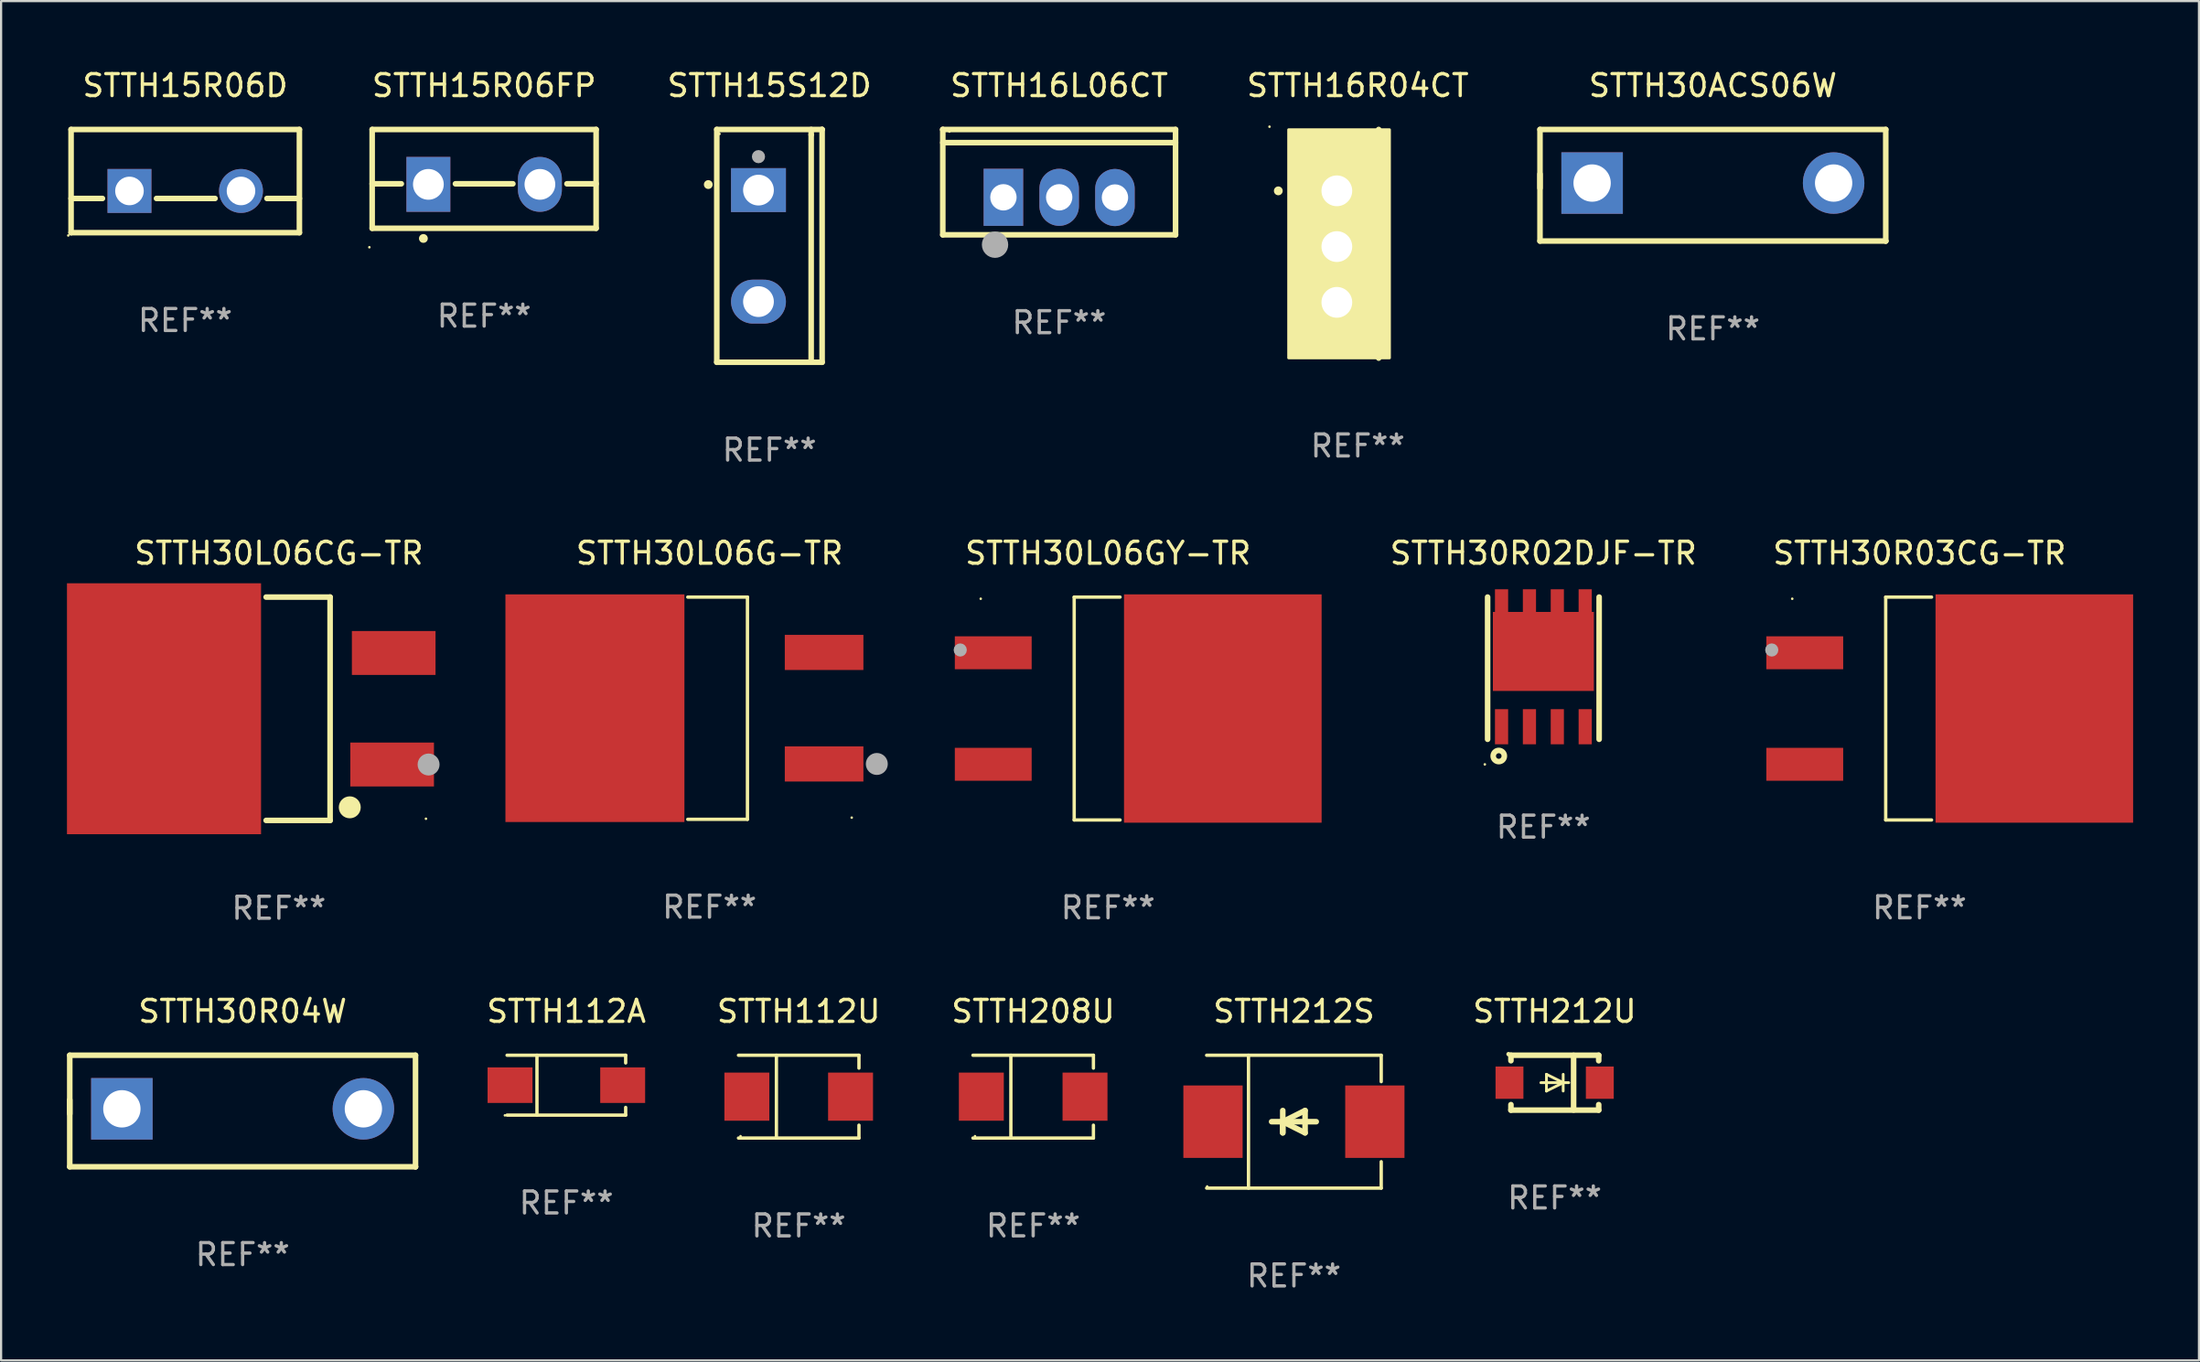
<source format=kicad_pcb>
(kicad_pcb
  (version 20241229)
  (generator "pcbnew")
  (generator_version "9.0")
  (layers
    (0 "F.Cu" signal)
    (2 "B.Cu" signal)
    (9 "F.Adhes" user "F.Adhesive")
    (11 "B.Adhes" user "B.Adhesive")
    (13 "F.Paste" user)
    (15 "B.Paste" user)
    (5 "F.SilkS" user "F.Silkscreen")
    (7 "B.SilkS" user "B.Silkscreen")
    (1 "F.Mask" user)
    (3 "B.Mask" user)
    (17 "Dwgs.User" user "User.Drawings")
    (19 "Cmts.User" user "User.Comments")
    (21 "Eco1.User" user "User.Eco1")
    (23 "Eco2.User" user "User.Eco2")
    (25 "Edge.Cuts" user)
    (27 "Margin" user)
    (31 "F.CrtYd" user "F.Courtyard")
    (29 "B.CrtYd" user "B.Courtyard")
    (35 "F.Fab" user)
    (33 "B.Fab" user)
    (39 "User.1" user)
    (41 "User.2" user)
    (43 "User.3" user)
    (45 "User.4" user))
  (footprint "STTH16L06CT"
    (layer "F.Cu")
    (at 45.192 5.247)
    (property "Reference" "STTH16L06CT" (at 0 -4.399 0) (layer "F.SilkS") (effects (font (size 1 1) (thickness 0.15))))
    (attr through_hole)
    (fp_line (start -5.301 -2.399) (end 5.301 -2.399) (stroke (width 0.254) (type solid)) (layer "F.SilkS"))
    (fp_line (start -5.301 -2.394) (end -5.301 -2.399) (stroke (width 0.254) (type solid)) (layer "F.SilkS"))
    (fp_line (start -5.301 2.399) (end -5.301 -2.394) (stroke (width 0.254) (type solid)) (layer "F.SilkS"))
    (fp_line (start 5.3 -1.8) (end -5.3 -1.8) (stroke (width 0.254) (type solid)) (layer "F.SilkS"))
    (fp_line (start 5.301 -2.399) (end 5.301 2.399) (stroke (width 0.254) (type solid)) (layer "F.SilkS"))
    (fp_line (start 5.301 2.399) (end -5.301 2.399) (stroke (width 0.254) (type solid)) (layer "F.SilkS"))
    (fp_arc (start -2.769977 3.025032) (mid -2.768707 3.025028) (end -2.767437 3.025032) (stroke (width 0.4) (type solid)) (layer "F.SilkS"))
    (fp_circle (center -5 -2.305) (end -4.97 -2.305) (stroke (width 0.06) (type solid)) (fill no) (layer "F.SilkS"))
    (fp_circle (center -2.921 2.849) (end -2.621 2.849) (stroke (width 0.6) (type solid)) (fill no) (layer "F.Fab"))
    (fp_text user "REF**" (at 0 6.399 0) (layer "F.Fab") (effects (font (size 1 1) (thickness 0.15))))
    (pad "1" thru_hole rect (at -2.54 0.69) (size 1.8 2.6) (drill 1.2) (layers "*.Cu" "*.Mask"))
    (pad "2" thru_hole oval (at 0 0.69) (size 1.8 2.6) (drill 1.2) (layers "*.Cu" "*.Mask"))
    (pad "3" thru_hole oval (at 2.54 0.7) (size 1.8 2.6) (drill 1.2) (layers "*.Cu" "*.Mask")))
  (footprint "STTH16R04CT"
    (layer "F.Cu")
    (at 58.792 8.055)
    (property "Reference" "STTH16R04CT" (at 0 -7.207 0) (layer "F.SilkS") (effects (font (size 1 1) (thickness 0.15))))
    (attr through_hole)
    (fp_line (start 0.953 5.207) (end 0.953 -5.207) (stroke (width 0.254) (type solid)) (layer "F.SilkS"))
    (fp_arc (start -3.619507 -2.410465) (mid -3.619511 -2.411735) (end -3.619507 -2.413005) (stroke (width 0.4) (type solid)) (layer "F.SilkS"))
    (fp_circle (center -4.02 -5.334) (end -3.99 -5.334) (stroke (width 0.06) (type solid)) (fill no) (layer "F.SilkS"))
    (fp_poly (pts (xy -3.152 -5.2) (xy 1.448 -5.2) (xy 1.448 5.2) (xy -3.152 5.2)) (stroke (width 0.12) (type solid)) (fill yes) (layer "F.SilkS"))
    (fp_text user "REF**" (at 0 9.207 0) (layer "F.Fab") (effects (font (size 1 1) (thickness 0.15))))
    (pad "1" thru_hole rect (at -0.953 -2.413 270) (size 2 2.5) (drill 1.4) (layers "*.Cu" "*.Mask"))
    (pad "2" thru_hole oval (at -0.953 0.127 270) (size 2 2.5) (drill 1.4) (layers "*.Cu" "*.Mask"))
    (pad "3" thru_hole oval (at -0.953 2.667 270) (size 2 2.5) (drill 1.4) (layers "*.Cu" "*.Mask")))
  (footprint "STTH30L06CG-TR"
    (layer "F.Cu")
    (at 9.651 29.233)
    (property "Reference" "STTH30L06CG-TR" (at 0 -7.086 0) (layer "F.SilkS") (effects (font (size 1 1) (thickness 0.15))))
    (attr through_hole)
    (fp_line (start 2.334 -5.086) (end -0.58 -5.086) (stroke (width 0.254) (type solid)) (layer "F.SilkS"))
    (fp_line (start 2.334 -5.086) (end 2.334 5.086) (stroke (width 0.254) (type solid)) (layer "F.SilkS"))
    (fp_line (start 2.334 5.086) (end -0.58 5.086) (stroke (width 0.254) (type solid)) (layer "F.SilkS"))
    (fp_circle (center 3.23 4.49) (end 3.48 4.49) (stroke (width 0.5) (type solid)) (fill no) (layer "F.SilkS"))
    (fp_circle (center 6.7 5.01) (end 6.73 5.01) (stroke (width 0.06) (type solid)) (fill no) (layer "F.SilkS"))
    (fp_circle (center 6.82 2.54) (end 7.07 2.54) (stroke (width 0.5) (type solid)) (fill no) (layer "F.Fab"))
    (fp_text user "REF**" (at 0 9.086 0) (layer "F.Fab") (effects (font (size 1 1) (thickness 0.15))))
    (pad "1" smd rect (at 5.16 2.54) (size 3.81 2) (layers "F.Cu" "F.Mask" "F.Paste"))
    (pad "3" smd rect (at 5.231 -2.54) (size 3.81 2) (layers "F.Cu" "F.Mask" "F.Paste"))
    (pad "4" smd rect (at -5.231 0) (size 8.84 11.43) (layers "F.Cu" "F.Mask" "F.Paste")))
  (footprint "STTH30L06GY-TR"
    (layer "F.Cu")
    (at 47.417 29.223)
    (property "Reference" "STTH30L06GY-TR" (at 0 -7.076 0) (layer "F.SilkS") (effects (font (size 1 1) (thickness 0.15))))
    (attr through_hole)
    (fp_line (start -1.541 -5.076) (end -1.541 5.076) (stroke (width 0.152) (type solid)) (layer "F.SilkS"))
    (fp_line (start -1.541 -5.076) (end 0.548 -5.076) (stroke (width 0.152) (type solid)) (layer "F.SilkS"))
    (fp_line (start -1.541 5.076) (end 0.548 5.076) (stroke (width 0.152) (type solid)) (layer "F.SilkS"))
    (fp_circle (center -5.798 -5) (end -5.768 -5) (stroke (width 0.06) (type solid)) (fill no) (layer "F.SilkS"))
    (fp_circle (center -6.731 -2.667) (end -6.581 -2.667) (stroke (width 0.3) (type solid)) (fill no) (layer "F.Fab"))
    (fp_text user "REF**" (at 0 9.076 0) (layer "F.Fab") (effects (font (size 1 1) (thickness 0.15))))
    (pad "1" smd rect (at -5.228 -2.54) (size 3.5 1.5) (layers "F.Cu" "F.Mask" "F.Paste"))
    (pad "2" smd rect (at 5.228 0) (size 9 10.4) (layers "F.Cu" "F.Mask" "F.Paste"))
    (pad "3" smd rect (at -5.228 2.54) (size 3.5 1.5) (layers "F.Cu" "F.Mask" "F.Paste")))
  (footprint "STTH112A"
    (layer "F.Cu")
    (at 22.746 46.379)
    (property "Reference" "STTH112A" (at 0 -3.364 0) (layer "F.SilkS") (effects (font (size 1 1) (thickness 0.15))))
    (attr through_hole)
    (fp_line (start -2.701 -1.364) (end 2.701 -1.364) (stroke (width 0.152) (type solid)) (layer "F.SilkS"))
    (fp_line (start -2.701 1.364) (end 2.701 1.364) (stroke (width 0.152) (type solid)) (layer "F.SilkS"))
    (fp_line (start -1.339 -1.364) (end -1.339 1.364) (stroke (width 0.152) (type solid)) (layer "F.SilkS"))
    (fp_line (start 2.701 -1.364) (end 2.701 -1.013) (stroke (width 0.152) (type solid)) (layer "F.SilkS"))
    (fp_line (start 2.701 1.364) (end 2.701 1.013) (stroke (width 0.152) (type solid)) (layer "F.SilkS"))
    (fp_circle (center -2.8 1.375) (end -2.77 1.375) (stroke (width 0.06) (type solid)) (fill no) (layer "F.SilkS"))
    (fp_text user "REF**" (at 0 5.364 0) (layer "F.Fab") (effects (font (size 1 1) (thickness 0.15))))
    (pad "1" smd rect (at -2.565 -0.000025) (size 2.046 1.62) (layers "F.Cu" "F.Mask" "F.Paste"))
    (pad "2" smd rect (at 2.565 -0.000025) (size 2.046 1.62) (layers "F.Cu" "F.Mask" "F.Paste")))
  (footprint "STTH15R06D"
    (layer "F.Cu")
    (at 5.387 5.198)
    (property "Reference" "STTH15R06D" (at 0 -4.35 0) (layer "F.SilkS") (effects (font (size 1 1) (thickness 0.15))))
    (attr through_hole)
    (fp_line (start -5.2 -2.35) (end -5.2 2.35) (stroke (width 0.254) (type solid)) (layer "F.SilkS"))
    (fp_line (start -5.2 -2.35) (end 5.2 -2.35) (stroke (width 0.254) (type solid)) (layer "F.SilkS"))
    (fp_line (start -5.2 0.792) (end -3.771 0.792) (stroke (width 0.254) (type solid)) (layer "F.SilkS"))
    (fp_line (start -5.2 2.35) (end 5.2 2.35) (stroke (width 0.254) (type solid)) (layer "F.SilkS"))
    (fp_line (start -1.309 0.792) (end 1.357 0.792) (stroke (width 0.254) (type solid)) (layer "F.SilkS"))
    (fp_line (start 3.723 0.792) (end 5.2 0.792) (stroke (width 0.254) (type solid)) (layer "F.SilkS"))
    (fp_line (start 5.2 -2.35) (end 5.2 2.35) (stroke (width 0.254) (type solid)) (layer "F.SilkS"))
    (fp_circle (center -5.327 2.477) (end -5.297 2.477) (stroke (width 0.06) (type solid)) (fill no) (layer "F.SilkS"))
    (fp_text user "REF**" (at 0 6.35 0) (layer "F.Fab") (effects (font (size 1 1) (thickness 0.15))))
    (pad "1" thru_hole rect (at -2.54 0.45) (size 2 2) (drill 1.3) (layers "*.Cu" "*.Mask"))
    (pad "2" thru_hole circle (at 2.54 0.45) (size 2 2) (drill 1.3) (layers "*.Cu" "*.Mask")))
  (footprint "STTH30R04W"
    (layer "F.Cu")
    (at 8.001 47.556)
    (property "Reference" "STTH30R04W" (at 0 -4.54 0) (layer "F.SilkS") (effects (font (size 1 1) (thickness 0.15))))
    (attr through_hole)
    (fp_line (start -7.874 -2.54) (end -7.874 0.127) (stroke (width 0.254) (type solid)) (layer "F.SilkS"))
    (fp_line (start -7.874 -0.508) (end -7.874 2.54) (stroke (width 0.254) (type solid)) (layer "F.SilkS"))
    (fp_line (start -7.874 2.54) (end 7.874 2.54) (stroke (width 0.254) (type solid)) (layer "F.SilkS"))
    (fp_line (start 7.874 -2.54) (end -7.874 -2.54) (stroke (width 0.254) (type solid)) (layer "F.SilkS"))
    (fp_line (start 7.874 2.54) (end 7.874 -2.54) (stroke (width 0.254) (type solid)) (layer "F.SilkS"))
    (fp_line (start 7.874 2.54) (end 7.874 2.54) (stroke (width 0.254) (type solid)) (layer "F.SilkS"))
    (fp_circle (center -7.8 2.5) (end -7.77 2.5) (stroke (width 0.06) (type solid)) (fill no) (layer "F.SilkS"))
    (fp_text user "REF**" (at 0 6.54 0) (layer "F.Fab") (effects (font (size 1 1) (thickness 0.15))))
    (pad "1" thru_hole rect (at -5.5 -0.1) (size 2.8 2.8) (drill 1.7) (layers "*.Cu" "*.Mask"))
    (pad "2" thru_hole circle (at 5.5 -0.1) (size 2.8 2.8) (drill 1.7) (layers "*.Cu" "*.Mask")))
  (footprint "STTH30L06G-TR"
    (layer "F.Cu")
    (at 29.266 29.208)
    (property "Reference" "STTH30L06G-TR" (at 0 -7.061 0) (layer "F.SilkS") (effects (font (size 1 1) (thickness 0.15))))
    (attr through_hole)
    (fp_line (start -0.991 -5.061) (end 1.728 -5.061) (stroke (width 0.152) (type solid)) (layer "F.SilkS"))
    (fp_line (start -0.991 5.061) (end 1.728 5.061) (stroke (width 0.152) (type solid)) (layer "F.SilkS"))
    (fp_line (start 1.728 5.061) (end 1.728 -5.061) (stroke (width 0.152) (type solid)) (layer "F.SilkS"))
    (fp_circle (center 6.477 4.985) (end 6.507 4.985) (stroke (width 0.06) (type solid)) (fill no) (layer "F.SilkS"))
    (fp_circle (center 7.62 2.54) (end 7.87 2.54) (stroke (width 0.5) (type solid)) (fill no) (layer "F.Fab"))
    (fp_text user "REF**" (at 0 9.061 0) (layer "F.Fab") (effects (font (size 1 1) (thickness 0.15))))
    (pad "1" smd rect (at 5.219 2.54) (size 3.581 1.6) (layers "F.Cu" "F.Mask" "F.Paste"))
    (pad "3" smd rect (at 5.219 -2.54) (size 3.581 1.6) (layers "F.Cu" "F.Mask" "F.Paste"))
    (pad "4" smd rect (at -5.219 0) (size 8.153 10.369) (layers "F.Cu" "F.Mask" "F.Paste")))
  (footprint "STTH30ACS06W"
    (layer "F.Cu")
    (at 74.966 5.388)
    (property "Reference" "STTH30ACS06W" (at 0 -4.54 0) (layer "F.SilkS") (effects (font (size 1 1) (thickness 0.15))))
    (attr through_hole)
    (fp_line (start -7.874 -2.54) (end -7.874 0.127) (stroke (width 0.254) (type solid)) (layer "F.SilkS"))
    (fp_line (start -7.874 -0.508) (end -7.874 2.54) (stroke (width 0.254) (type solid)) (layer "F.SilkS"))
    (fp_line (start -7.874 2.54) (end 7.874 2.54) (stroke (width 0.254) (type solid)) (layer "F.SilkS"))
    (fp_line (start 7.874 -2.54) (end -7.874 -2.54) (stroke (width 0.254) (type solid)) (layer "F.SilkS"))
    (fp_line (start 7.874 2.54) (end 7.874 -2.54) (stroke (width 0.254) (type solid)) (layer "F.SilkS"))
    (fp_line (start 7.874 2.54) (end 7.874 2.54) (stroke (width 0.254) (type solid)) (layer "F.SilkS"))
    (fp_circle (center -7.8 2.5) (end -7.77 2.5) (stroke (width 0.06) (type solid)) (fill no) (layer "F.SilkS"))
    (fp_text user "REF**" (at 0 6.54 0) (layer "F.Fab") (effects (font (size 1 1) (thickness 0.15))))
    (pad "1" thru_hole rect (at -5.5 -0.1) (size 2.8 2.8) (drill 1.7) (layers "*.Cu" "*.Mask"))
    (pad "2" thru_hole circle (at 5.5 -0.1) (size 2.8 2.8) (drill 1.7) (layers "*.Cu" "*.Mask")))
  (footprint "STTH112U"
    (layer "F.Cu")
    (at 33.329 46.902)
    (property "Reference" "STTH112U" (at 0 -3.886 0) (layer "F.SilkS") (effects (font (size 1 1) (thickness 0.15))))
    (attr through_hole)
    (fp_line (start -2.744 -1.886) (end 2.744 -1.886) (stroke (width 0.152) (type solid)) (layer "F.SilkS"))
    (fp_line (start -2.744 1.886) (end 2.744 1.886) (stroke (width 0.152) (type solid)) (layer "F.SilkS"))
    (fp_line (start -1.016 -1.886) (end -1.016 1.886) (stroke (width 0.152) (type solid)) (layer "F.SilkS"))
    (fp_line (start 2.744 -1.886) (end 2.744 -1.299) (stroke (width 0.152) (type solid)) (layer "F.SilkS"))
    (fp_line (start 2.744 1.886) (end 2.744 1.299) (stroke (width 0.152) (type solid)) (layer "F.SilkS"))
    (fp_circle (center -2.65 1.8) (end -2.62 1.8) (stroke (width 0.06) (type solid)) (fill no) (layer "F.SilkS"))
    (fp_text user "REF**" (at 0 5.886 0) (layer "F.Fab") (effects (font (size 1 1) (thickness 0.15))))
    (pad "1" smd rect (at -2.361 0) (size 2.047 2.192) (layers "F.Cu" "F.Mask" "F.Paste"))
    (pad "2" smd rect (at 2.361 0) (size 2.047 2.192) (layers "F.Cu" "F.Mask" "F.Paste")))
  (footprint "STTH208U"
    (layer "F.Cu")
    (at 44.008 46.902)
    (property "Reference" "STTH208U" (at 0 -3.886 0) (layer "F.SilkS") (effects (font (size 1 1) (thickness 0.15))))
    (attr through_hole)
    (fp_line (start -2.744 -1.886) (end 2.744 -1.886) (stroke (width 0.152) (type solid)) (layer "F.SilkS"))
    (fp_line (start -2.744 1.886) (end 2.744 1.886) (stroke (width 0.152) (type solid)) (layer "F.SilkS"))
    (fp_line (start -1.016 -1.886) (end -1.016 1.886) (stroke (width 0.152) (type solid)) (layer "F.SilkS"))
    (fp_line (start 2.744 -1.886) (end 2.744 -1.299) (stroke (width 0.152) (type solid)) (layer "F.SilkS"))
    (fp_line (start 2.744 1.886) (end 2.744 1.299) (stroke (width 0.152) (type solid)) (layer "F.SilkS"))
    (fp_circle (center -2.65 1.8) (end -2.62 1.8) (stroke (width 0.06) (type solid)) (fill no) (layer "F.SilkS"))
    (fp_text user "REF**" (at 0 5.886 0) (layer "F.Fab") (effects (font (size 1 1) (thickness 0.15))))
    (pad "1" smd rect (at -2.361 0) (size 2.047 2.192) (layers "F.Cu" "F.Mask" "F.Paste"))
    (pad "2" smd rect (at 2.361 0) (size 2.047 2.192) (layers "F.Cu" "F.Mask" "F.Paste")))
  (footprint "STTH212S"
    (layer "F.Cu")
    (at 55.884 48.042)
    (property "Reference" "STTH212S" (at 0 -5.026 0) (layer "F.SilkS") (effects (font (size 1 1) (thickness 0.15))))
    (attr through_hole)
    (fp_line (start -3.976 -3.026) (end 3.976 -3.026) (stroke (width 0.152) (type solid)) (layer "F.SilkS"))
    (fp_line (start -3.976 3.026) (end 3.976 3.026) (stroke (width 0.152) (type solid)) (layer "F.SilkS"))
    (fp_line (start -2.069 -3.026) (end -2.069 3.026) (stroke (width 0.152) (type solid)) (layer "F.SilkS"))
    (fp_line (start -0.508 0) (end -0.508 0.508) (stroke (width 0.254) (type solid)) (layer "F.SilkS"))
    (fp_line (start -0.508 0) (end 0.508 0.508) (stroke (width 0.254) (type solid)) (layer "F.SilkS"))
    (fp_line (start -0.508 0.508) (end -0.508 -0.508) (stroke (width 0.254) (type solid)) (layer "F.SilkS"))
    (fp_line (start 0.508 -0.508) (end -0.508 0) (stroke (width 0.254) (type solid)) (layer "F.SilkS"))
    (fp_line (start 0.508 0.508) (end 0.508 -0.508) (stroke (width 0.254) (type solid)) (layer "F.SilkS"))
    (fp_line (start 1.016 0) (end -1.016 0) (stroke (width 0.254) (type solid)) (layer "F.SilkS"))
    (fp_line (start 3.976 -3.026) (end 3.976 -1.823) (stroke (width 0.152) (type solid)) (layer "F.SilkS"))
    (fp_line (start 3.976 3.026) (end 3.976 1.823) (stroke (width 0.152) (type solid)) (layer "F.SilkS"))
    (fp_circle (center -3.95 2.95) (end -3.92 2.95) (stroke (width 0.06) (type solid)) (fill no) (layer "F.SilkS"))
    (fp_text user "REF**" (at 0 7.026 0) (layer "F.Fab") (effects (font (size 1 1) (thickness 0.15))))
    (pad "1" smd rect (at -3.686 0) (size 2.7 3.3) (layers "F.Cu" "F.Mask" "F.Paste"))
    (pad "2" smd rect (at 3.686 0) (size 2.7 3.3) (layers "F.Cu" "F.Mask" "F.Paste")))
  (footprint "STTH30R02DJF-TR"
    (layer "F.Cu")
    (at 67.246 27.385)
    (property "Reference" "STTH30R02DJF-TR" (at 0 -5.239 0) (layer "F.SilkS") (effects (font (size 1 1) (thickness 0.15))))
    (attr through_hole)
    (fp_line (start -2.54 3.239) (end -2.54 -3.239) (stroke (width 0.254) (type solid)) (layer "F.SilkS"))
    (fp_line (start 2.54 3.239) (end 2.54 -3.239) (stroke (width 0.254) (type solid)) (layer "F.SilkS"))
    (fp_circle (center -2.667 4.382) (end -2.637 4.382) (stroke (width 0.06) (type solid)) (fill no) (layer "F.SilkS"))
    (fp_circle (center -2.032 4.001) (end -1.778 4.001) (stroke (width 0.254) (type solid)) (fill no) (layer "F.SilkS"))
    (fp_text user "REF**" (at 0 7.239 0) (layer "F.Fab") (effects (font (size 1 1) (thickness 0.15))))
    (pad "1" smd rect (at -1.905 2.667 180) (size 0.6 1.6) (layers "F.Cu" "F.Mask" "F.Paste"))
    (pad "1" smd rect (at -0.635 2.667 180) (size 0.6 1.6) (layers "F.Cu" "F.Mask" "F.Paste"))
    (pad "2" smd rect (at 0.635 2.667 180) (size 0.6 1.6) (layers "F.Cu" "F.Mask" "F.Paste"))
    (pad "2" smd rect (at 1.905 2.667 180) (size 0.6 1.6) (layers "F.Cu" "F.Mask" "F.Paste"))
    (pad "3" smd rect (at -1.905 -2.794 180) (size 0.6 1.6) (layers "F.Cu" "F.Mask" "F.Paste"))
    (pad "3" smd rect (at -0.635 -2.794 180) (size 0.6 1.6) (layers "F.Cu" "F.Mask" "F.Paste"))
    (pad "3" smd rect (at 0.635 -2.794 180) (size 0.6 1.6) (layers "F.Cu" "F.Mask" "F.Paste"))
    (pad "3" smd rect (at 1.905 -2.794 180) (size 0.6 1.6) (layers "F.Cu" "F.Mask" "F.Paste"))
    (pad "4" smd rect (at 0.000102 -0.762 180) (size 4.6 3.6) (layers "F.Cu" "F.Mask" "F.Paste")))
  (footprint "STTH15S12D"
    (layer "F.Cu")
    (at 31.996 8.149)
    (property "Reference" "STTH15S12D" (at 0 -7.301 0) (layer "F.SilkS") (effects (font (size 1 1) (thickness 0.15))))
    (attr through_hole)
    (fp_line (start -2.399 -5.301) (end 2.394 -5.301) (stroke (width 0.254) (type solid)) (layer "F.SilkS"))
    (fp_line (start -2.399 5.301) (end -2.399 -5.301) (stroke (width 0.254) (type solid)) (layer "F.SilkS"))
    (fp_line (start 1.9 -5.061) (end 1.9 -5.3) (stroke (width 0.254) (type solid)) (layer "F.SilkS"))
    (fp_line (start 1.9 5.3) (end 1.9 -5.061) (stroke (width 0.254) (type solid)) (layer "F.SilkS"))
    (fp_line (start 2.394 -5.301) (end 2.399 -5.301) (stroke (width 0.254) (type solid)) (layer "F.SilkS"))
    (fp_line (start 2.399 -5.301) (end 2.399 5.301) (stroke (width 0.254) (type solid)) (layer "F.SilkS"))
    (fp_line (start 2.399 5.301) (end -2.399 5.301) (stroke (width 0.254) (type solid)) (layer "F.SilkS"))
    (fp_arc (start -2.786043 -2.791466) (mid -2.786047 -2.792736) (end -2.786043 -2.794006) (stroke (width 0.4) (type solid)) (layer "F.SilkS"))
    (fp_circle (center -2.275 -5.1) (end -2.245 -5.1) (stroke (width 0.06) (type solid)) (fill no) (layer "F.SilkS"))
    (fp_circle (center -0.5 -4.064) (end -0.35 -4.064) (stroke (width 0.3) (type solid)) (fill no) (layer "F.Fab"))
    (fp_text user "REF**" (at 0 9.301 0) (layer "F.Fab") (effects (font (size 1 1) (thickness 0.15))))
    (pad "1" thru_hole rect (at -0.5 -2.54 270) (size 2 2.5) (drill 1.4) (layers "*.Cu" "*.Mask"))
    (pad "3" thru_hole oval (at -0.5 2.54 270) (size 2 2.5) (drill 1.4) (layers "*.Cu" "*.Mask")))
  (footprint "STTH30R03CG-TR"
    (layer "F.Cu")
    (at 84.379 29.223)
    (property "Reference" "STTH30R03CG-TR" (at 0 -7.076 0) (layer "F.SilkS") (effects (font (size 1 1) (thickness 0.15))))
    (attr through_hole)
    (fp_line (start -1.541 -5.076) (end -1.541 5.076) (stroke (width 0.152) (type solid)) (layer "F.SilkS"))
    (fp_line (start -1.541 -5.076) (end 0.548 -5.076) (stroke (width 0.152) (type solid)) (layer "F.SilkS"))
    (fp_line (start -1.541 5.076) (end 0.548 5.076) (stroke (width 0.152) (type solid)) (layer "F.SilkS"))
    (fp_circle (center -5.798 -5) (end -5.768 -5) (stroke (width 0.06) (type solid)) (fill no) (layer "F.SilkS"))
    (fp_circle (center -6.731 -2.667) (end -6.581 -2.667) (stroke (width 0.3) (type solid)) (fill no) (layer "F.Fab"))
    (fp_text user "REF**" (at 0 9.076 0) (layer "F.Fab") (effects (font (size 1 1) (thickness 0.15))))
    (pad "1" smd rect (at -5.228 -2.54) (size 3.5 1.5) (layers "F.Cu" "F.Mask" "F.Paste"))
    (pad "2" smd rect (at 5.228 0) (size 9 10.4) (layers "F.Cu" "F.Mask" "F.Paste"))
    (pad "3" smd rect (at -5.228 2.54) (size 3.5 1.5) (layers "F.Cu" "F.Mask" "F.Paste")))
  (footprint "STTH212U"
    (layer "F.Cu")
    (at 67.759 46.265)
    (property "Reference" "STTH212U" (at 0 -3.25 0) (layer "F.SilkS") (effects (font (size 1 1) (thickness 0.15))))
    (attr through_hole)
    (fp_line (start -1.991 -1.25) (end 2.007 -1.25) (stroke (width 0.254) (type solid)) (layer "F.SilkS"))
    (fp_line (start -1.991 -1) (end -1.991 -1.25) (stroke (width 0.254) (type solid)) (layer "F.SilkS"))
    (fp_line (start -1.991 1.25) (end -1.991 1) (stroke (width 0.254) (type solid)) (layer "F.SilkS"))
    (fp_line (start -0.627 0) (end 0.643 0) (stroke (width 0.127) (type solid)) (layer "F.SilkS"))
    (fp_line (start -0.373 -0.381) (end 0.389 0) (stroke (width 0.127) (type solid)) (layer "F.SilkS"))
    (fp_line (start -0.373 0) (end -0.373 -0.381) (stroke (width 0.127) (type solid)) (layer "F.SilkS"))
    (fp_line (start -0.373 0) (end -0.373 0.381) (stroke (width 0.127) (type solid)) (layer "F.SilkS"))
    (fp_line (start -0.373 0.381) (end 0.389 0) (stroke (width 0.127) (type solid)) (layer "F.SilkS"))
    (fp_line (start 0.389 0) (end 0.389 -0.381) (stroke (width 0.127) (type solid)) (layer "F.SilkS"))
    (fp_line (start 0.389 0) (end 0.389 0.381) (stroke (width 0.127) (type solid)) (layer "F.SilkS"))
    (fp_line (start 0.864 -1.245) (end 0.864 1.245) (stroke (width 0.254) (type solid)) (layer "F.SilkS"))
    (fp_line (start 2.007 -1) (end 2.007 -1.25) (stroke (width 0.254) (type solid)) (layer "F.SilkS"))
    (fp_line (start 2.007 1.25) (end -1.991 1.25) (stroke (width 0.254) (type solid)) (layer "F.SilkS"))
    (fp_line (start 2.007 1.25) (end 2.007 1) (stroke (width 0.254) (type solid)) (layer "F.SilkS"))
    (fp_circle (center -2.1 -1.3) (end -2.05 -1.3) (stroke (width 0.1) (type solid)) (fill no) (layer "F.SilkS"))
    (fp_text user "REF**" (at 0 5.25 0) (layer "F.Fab") (effects (font (size 1 1) (thickness 0.15))))
    (pad "1" smd rect (at -2.057 0) (size 1.27 1.471) (layers "F.Cu" "F.Mask" "F.Paste"))
    (pad "2" smd rect (at 2.057 0) (size 1.27 1.471) (layers "F.Cu" "F.Mask" "F.Paste")))
  (footprint "STTH15R06FP"
    (layer "F.Cu")
    (at 19.001 5.098)
    (property "Reference" "STTH15R06FP" (at 0 -4.25 0) (layer "F.SilkS") (effects (font (size 1 1) (thickness 0.15))))
    (attr through_hole)
    (fp_line (start -5.1 -2.25) (end -5.1 2.25) (stroke (width 0.254) (type solid)) (layer "F.SilkS"))
    (fp_line (start -5.1 0.224) (end -3.772 0.224) (stroke (width 0.254) (type solid)) (layer "F.SilkS"))
    (fp_line (start -5.1 2.25) (end 5.1 2.25) (stroke (width 0.254) (type solid)) (layer "F.SilkS"))
    (fp_line (start -1.308 0.224) (end 1.309 0.224) (stroke (width 0.254) (type solid)) (layer "F.SilkS"))
    (fp_line (start 3.771 0.224) (end 5.1 0.224) (stroke (width 0.254) (type solid)) (layer "F.SilkS"))
    (fp_line (start 5.1 -2.25) (end -5.1 -2.25) (stroke (width 0.254) (type solid)) (layer "F.SilkS"))
    (fp_line (start 5.1 -2.25) (end 5.1 2.25) (stroke (width 0.254) (type solid)) (layer "F.SilkS"))
    (fp_arc (start -2.768606 2.713805) (mid -2.767336 2.713801) (end -2.766066 2.713805) (stroke (width 0.4) (type solid)) (layer "F.SilkS"))
    (fp_circle (center -5.227 3.114) (end -5.197 3.114) (stroke (width 0.06) (type solid)) (fill no) (layer "F.SilkS"))
    (fp_text user "REF**" (at 0 6.25 0) (layer "F.Fab") (effects (font (size 1 1) (thickness 0.15))))
    (pad "1" thru_hole rect (at -2.54 0.25) (size 2 2.5) (drill 1.4) (layers "*.Cu" "*.Mask"))
    (pad "3" thru_hole oval (at 2.54 0.25) (size 2 2.5) (drill 1.4) (layers "*.Cu" "*.Mask")))
  (gr_rect
    (start -3 -3)
    (end 97.106 58.916)
    (stroke (width 0.1) (type default))
    (fill no)
    (layer "Edge.Cuts")))
</source>
